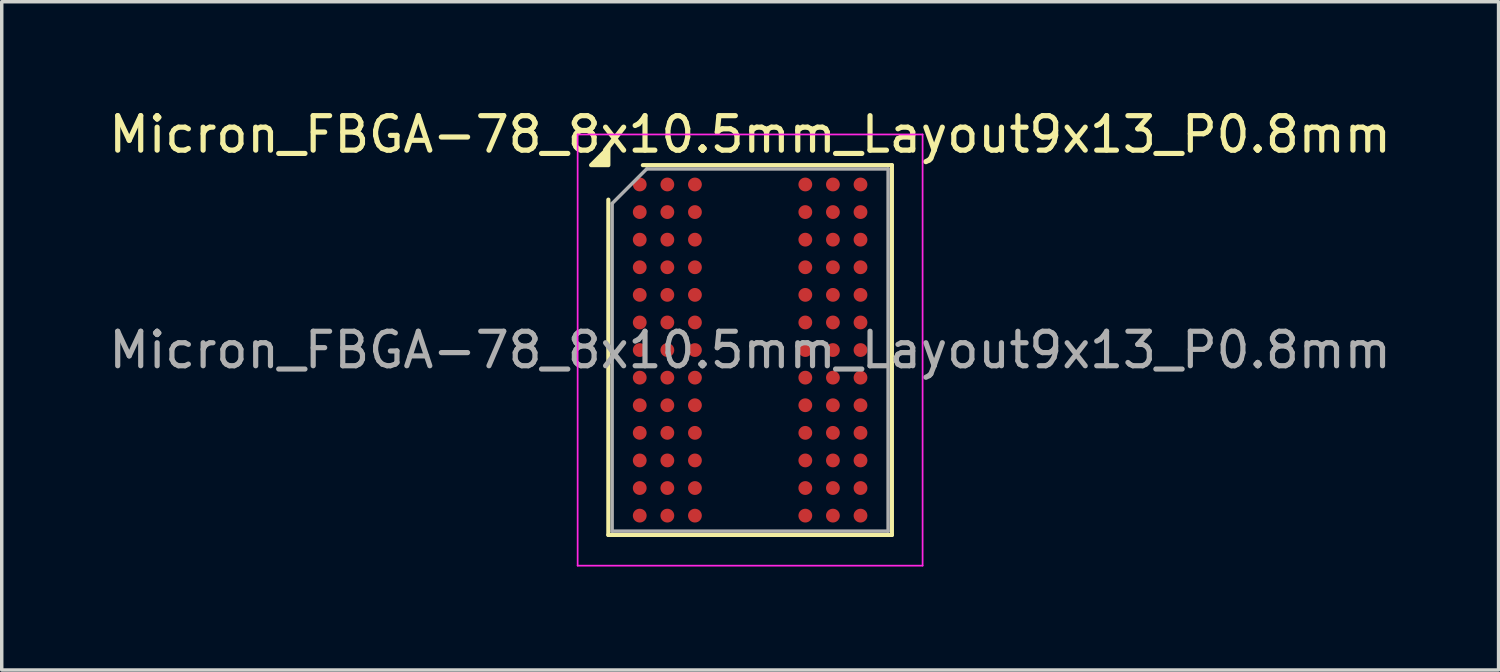
<source format=kicad_pcb>
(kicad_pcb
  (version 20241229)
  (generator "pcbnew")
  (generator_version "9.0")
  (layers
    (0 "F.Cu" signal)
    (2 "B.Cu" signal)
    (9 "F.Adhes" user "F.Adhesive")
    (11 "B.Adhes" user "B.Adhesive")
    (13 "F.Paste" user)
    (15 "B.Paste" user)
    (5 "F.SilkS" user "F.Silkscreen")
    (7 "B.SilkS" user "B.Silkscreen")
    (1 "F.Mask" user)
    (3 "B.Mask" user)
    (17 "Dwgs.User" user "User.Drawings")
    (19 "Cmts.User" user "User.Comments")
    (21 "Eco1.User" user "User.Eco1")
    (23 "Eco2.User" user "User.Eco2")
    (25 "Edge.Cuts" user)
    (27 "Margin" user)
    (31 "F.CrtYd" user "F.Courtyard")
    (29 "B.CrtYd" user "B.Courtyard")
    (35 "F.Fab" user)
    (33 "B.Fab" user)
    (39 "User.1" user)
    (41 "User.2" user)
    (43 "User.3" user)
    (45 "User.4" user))
  (footprint "Micron_FBGA-78_8x10.5mm_Layout9x13_P0.8mm"
    (layer "F.Cu")
    (at 18.696 7.098)
    (property "Reference" "Micron_FBGA-78_8x10.5mm_Layout9x13_P0.8mm" (at 0 -6.25 0) (layer "F.SilkS") (effects (font (size 1 1) (thickness 0.15))))
    (attr smd)
    (fp_line (start -4.11 5.36) (end -4.11 -4.36) (stroke (width 0.12) (type solid)) (layer "F.SilkS"))
    (fp_line (start -3.11 -5.36) (end 4.11 -5.36) (stroke (width 0.12) (type solid)) (layer "F.SilkS"))
    (fp_line (start 4.11 -5.36) (end 4.11 5.36) (stroke (width 0.12) (type solid)) (layer "F.SilkS"))
    (fp_line (start 4.11 5.36) (end -4.11 5.36) (stroke (width 0.12) (type solid)) (layer "F.SilkS"))
    (fp_poly (pts (xy -4.11 -5.36) (xy -4.61 -5.36) (xy -4.11 -5.86)) (stroke (width 0.12) (type solid)) (fill yes) (layer "F.SilkS"))
    (fp_line (start -5 -6.25) (end -5 6.25) (stroke (width 0.05) (type solid)) (layer "F.CrtYd"))
    (fp_line (start -5 6.25) (end 5 6.25) (stroke (width 0.05) (type solid)) (layer "F.CrtYd"))
    (fp_line (start 5 -6.25) (end -5 -6.25) (stroke (width 0.05) (type solid)) (layer "F.CrtYd"))
    (fp_line (start 5 6.25) (end 5 -6.25) (stroke (width 0.05) (type solid)) (layer "F.CrtYd"))
    (fp_line (start -4 -4.25) (end -3 -5.25) (stroke (width 0.1) (type solid)) (layer "F.Fab"))
    (fp_line (start -4 5.25) (end -4 -4.25) (stroke (width 0.1) (type solid)) (layer "F.Fab"))
    (fp_line (start -3 -5.25) (end 4 -5.25) (stroke (width 0.1) (type solid)) (layer "F.Fab"))
    (fp_line (start 4 -5.25) (end 4 5.25) (stroke (width 0.1) (type solid)) (layer "F.Fab"))
    (fp_line (start 4 5.25) (end -4 5.25) (stroke (width 0.1) (type solid)) (layer "F.Fab"))
    (fp_text user "${REFERENCE}" (at 0 0 0) (layer "F.Fab") (effects (font (size 1 1) (thickness 0.15))))
    (pad "A1" smd circle (at -3.2 -4.8) (size 0.4 0.4) (property pad_prop_bga) (layers "F.Cu" "F.Mask" "F.Paste"))
    (pad "A2" smd circle (at -2.4 -4.8) (size 0.4 0.4) (property pad_prop_bga) (layers "F.Cu" "F.Mask" "F.Paste"))
    (pad "A3" smd circle (at -1.6 -4.8) (size 0.4 0.4) (property pad_prop_bga) (layers "F.Cu" "F.Mask" "F.Paste"))
    (pad "A7" smd circle (at 1.6 -4.8) (size 0.4 0.4) (property pad_prop_bga) (layers "F.Cu" "F.Mask" "F.Paste"))
    (pad "A8" smd circle (at 2.4 -4.8) (size 0.4 0.4) (property pad_prop_bga) (layers "F.Cu" "F.Mask" "F.Paste"))
    (pad "A9" smd circle (at 3.2 -4.8) (size 0.4 0.4) (property pad_prop_bga) (layers "F.Cu" "F.Mask" "F.Paste"))
    (pad "B1" smd circle (at -3.2 -4) (size 0.4 0.4) (property pad_prop_bga) (layers "F.Cu" "F.Mask" "F.Paste"))
    (pad "B2" smd circle (at -2.4 -4) (size 0.4 0.4) (property pad_prop_bga) (layers "F.Cu" "F.Mask" "F.Paste"))
    (pad "B3" smd circle (at -1.6 -4) (size 0.4 0.4) (property pad_prop_bga) (layers "F.Cu" "F.Mask" "F.Paste"))
    (pad "B7" smd circle (at 1.6 -4) (size 0.4 0.4) (property pad_prop_bga) (layers "F.Cu" "F.Mask" "F.Paste"))
    (pad "B8" smd circle (at 2.4 -4) (size 0.4 0.4) (property pad_prop_bga) (layers "F.Cu" "F.Mask" "F.Paste"))
    (pad "B9" smd circle (at 3.2 -4) (size 0.4 0.4) (property pad_prop_bga) (layers "F.Cu" "F.Mask" "F.Paste"))
    (pad "C1" smd circle (at -3.2 -3.2) (size 0.4 0.4) (property pad_prop_bga) (layers "F.Cu" "F.Mask" "F.Paste"))
    (pad "C2" smd circle (at -2.4 -3.2) (size 0.4 0.4) (property pad_prop_bga) (layers "F.Cu" "F.Mask" "F.Paste"))
    (pad "C3" smd circle (at -1.6 -3.2) (size 0.4 0.4) (property pad_prop_bga) (layers "F.Cu" "F.Mask" "F.Paste"))
    (pad "C7" smd circle (at 1.6 -3.2) (size 0.4 0.4) (property pad_prop_bga) (layers "F.Cu" "F.Mask" "F.Paste"))
    (pad "C8" smd circle (at 2.4 -3.2) (size 0.4 0.4) (property pad_prop_bga) (layers "F.Cu" "F.Mask" "F.Paste"))
    (pad "C9" smd circle (at 3.2 -3.2) (size 0.4 0.4) (property pad_prop_bga) (layers "F.Cu" "F.Mask" "F.Paste"))
    (pad "D1" smd circle (at -3.2 -2.4) (size 0.4 0.4) (property pad_prop_bga) (layers "F.Cu" "F.Mask" "F.Paste"))
    (pad "D2" smd circle (at -2.4 -2.4) (size 0.4 0.4) (property pad_prop_bga) (layers "F.Cu" "F.Mask" "F.Paste"))
    (pad "D3" smd circle (at -1.6 -2.4) (size 0.4 0.4) (property pad_prop_bga) (layers "F.Cu" "F.Mask" "F.Paste"))
    (pad "D7" smd circle (at 1.6 -2.4) (size 0.4 0.4) (property pad_prop_bga) (layers "F.Cu" "F.Mask" "F.Paste"))
    (pad "D8" smd circle (at 2.4 -2.4) (size 0.4 0.4) (property pad_prop_bga) (layers "F.Cu" "F.Mask" "F.Paste"))
    (pad "D9" smd circle (at 3.2 -2.4) (size 0.4 0.4) (property pad_prop_bga) (layers "F.Cu" "F.Mask" "F.Paste"))
    (pad "E1" smd circle (at -3.2 -1.6) (size 0.4 0.4) (property pad_prop_bga) (layers "F.Cu" "F.Mask" "F.Paste"))
    (pad "E2" smd circle (at -2.4 -1.6) (size 0.4 0.4) (property pad_prop_bga) (layers "F.Cu" "F.Mask" "F.Paste"))
    (pad "E3" smd circle (at -1.6 -1.6) (size 0.4 0.4) (property pad_prop_bga) (layers "F.Cu" "F.Mask" "F.Paste"))
    (pad "E7" smd circle (at 1.6 -1.6) (size 0.4 0.4) (property pad_prop_bga) (layers "F.Cu" "F.Mask" "F.Paste"))
    (pad "E8" smd circle (at 2.4 -1.6) (size 0.4 0.4) (property pad_prop_bga) (layers "F.Cu" "F.Mask" "F.Paste"))
    (pad "E9" smd circle (at 3.2 -1.6) (size 0.4 0.4) (property pad_prop_bga) (layers "F.Cu" "F.Mask" "F.Paste"))
    (pad "F1" smd circle (at -3.2 -0.8) (size 0.4 0.4) (property pad_prop_bga) (layers "F.Cu" "F.Mask" "F.Paste"))
    (pad "F2" smd circle (at -2.4 -0.8) (size 0.4 0.4) (property pad_prop_bga) (layers "F.Cu" "F.Mask" "F.Paste"))
    (pad "F3" smd circle (at -1.6 -0.8) (size 0.4 0.4) (property pad_prop_bga) (layers "F.Cu" "F.Mask" "F.Paste"))
    (pad "F7" smd circle (at 1.6 -0.8) (size 0.4 0.4) (property pad_prop_bga) (layers "F.Cu" "F.Mask" "F.Paste"))
    (pad "F8" smd circle (at 2.4 -0.8) (size 0.4 0.4) (property pad_prop_bga) (layers "F.Cu" "F.Mask" "F.Paste"))
    (pad "F9" smd circle (at 3.2 -0.8) (size 0.4 0.4) (property pad_prop_bga) (layers "F.Cu" "F.Mask" "F.Paste"))
    (pad "G1" smd circle (at -3.2 0) (size 0.4 0.4) (property pad_prop_bga) (layers "F.Cu" "F.Mask" "F.Paste"))
    (pad "G2" smd circle (at -2.4 0) (size 0.4 0.4) (property pad_prop_bga) (layers "F.Cu" "F.Mask" "F.Paste"))
    (pad "G3" smd circle (at -1.6 0) (size 0.4 0.4) (property pad_prop_bga) (layers "F.Cu" "F.Mask" "F.Paste"))
    (pad "G7" smd circle (at 1.6 0) (size 0.4 0.4) (property pad_prop_bga) (layers "F.Cu" "F.Mask" "F.Paste"))
    (pad "G8" smd circle (at 2.4 0) (size 0.4 0.4) (property pad_prop_bga) (layers "F.Cu" "F.Mask" "F.Paste"))
    (pad "G9" smd circle (at 3.2 0) (size 0.4 0.4) (property pad_prop_bga) (layers "F.Cu" "F.Mask" "F.Paste"))
    (pad "H1" smd circle (at -3.2 0.8) (size 0.4 0.4) (property pad_prop_bga) (layers "F.Cu" "F.Mask" "F.Paste"))
    (pad "H2" smd circle (at -2.4 0.8) (size 0.4 0.4) (property pad_prop_bga) (layers "F.Cu" "F.Mask" "F.Paste"))
    (pad "H3" smd circle (at -1.6 0.8) (size 0.4 0.4) (property pad_prop_bga) (layers "F.Cu" "F.Mask" "F.Paste"))
    (pad "H7" smd circle (at 1.6 0.8) (size 0.4 0.4) (property pad_prop_bga) (layers "F.Cu" "F.Mask" "F.Paste"))
    (pad "H8" smd circle (at 2.4 0.8) (size 0.4 0.4) (property pad_prop_bga) (layers "F.Cu" "F.Mask" "F.Paste"))
    (pad "H9" smd circle (at 3.2 0.8) (size 0.4 0.4) (property pad_prop_bga) (layers "F.Cu" "F.Mask" "F.Paste"))
    (pad "J1" smd circle (at -3.2 1.6) (size 0.4 0.4) (property pad_prop_bga) (layers "F.Cu" "F.Mask" "F.Paste"))
    (pad "J2" smd circle (at -2.4 1.6) (size 0.4 0.4) (property pad_prop_bga) (layers "F.Cu" "F.Mask" "F.Paste"))
    (pad "J3" smd circle (at -1.6 1.6) (size 0.4 0.4) (property pad_prop_bga) (layers "F.Cu" "F.Mask" "F.Paste"))
    (pad "J7" smd circle (at 1.6 1.6) (size 0.4 0.4) (property pad_prop_bga) (layers "F.Cu" "F.Mask" "F.Paste"))
    (pad "J8" smd circle (at 2.4 1.6) (size 0.4 0.4) (property pad_prop_bga) (layers "F.Cu" "F.Mask" "F.Paste"))
    (pad "J9" smd circle (at 3.2 1.6) (size 0.4 0.4) (property pad_prop_bga) (layers "F.Cu" "F.Mask" "F.Paste"))
    (pad "K1" smd circle (at -3.2 2.4) (size 0.4 0.4) (property pad_prop_bga) (layers "F.Cu" "F.Mask" "F.Paste"))
    (pad "K2" smd circle (at -2.4 2.4) (size 0.4 0.4) (property pad_prop_bga) (layers "F.Cu" "F.Mask" "F.Paste"))
    (pad "K3" smd circle (at -1.6 2.4) (size 0.4 0.4) (property pad_prop_bga) (layers "F.Cu" "F.Mask" "F.Paste"))
    (pad "K7" smd circle (at 1.6 2.4) (size 0.4 0.4) (property pad_prop_bga) (layers "F.Cu" "F.Mask" "F.Paste"))
    (pad "K8" smd circle (at 2.4 2.4) (size 0.4 0.4) (property pad_prop_bga) (layers "F.Cu" "F.Mask" "F.Paste"))
    (pad "K9" smd circle (at 3.2 2.4) (size 0.4 0.4) (property pad_prop_bga) (layers "F.Cu" "F.Mask" "F.Paste"))
    (pad "L1" smd circle (at -3.2 3.2) (size 0.4 0.4) (property pad_prop_bga) (layers "F.Cu" "F.Mask" "F.Paste"))
    (pad "L2" smd circle (at -2.4 3.2) (size 0.4 0.4) (property pad_prop_bga) (layers "F.Cu" "F.Mask" "F.Paste"))
    (pad "L3" smd circle (at -1.6 3.2) (size 0.4 0.4) (property pad_prop_bga) (layers "F.Cu" "F.Mask" "F.Paste"))
    (pad "L7" smd circle (at 1.6 3.2) (size 0.4 0.4) (property pad_prop_bga) (layers "F.Cu" "F.Mask" "F.Paste"))
    (pad "L8" smd circle (at 2.4 3.2) (size 0.4 0.4) (property pad_prop_bga) (layers "F.Cu" "F.Mask" "F.Paste"))
    (pad "L9" smd circle (at 3.2 3.2) (size 0.4 0.4) (property pad_prop_bga) (layers "F.Cu" "F.Mask" "F.Paste"))
    (pad "M1" smd circle (at -3.2 4) (size 0.4 0.4) (property pad_prop_bga) (layers "F.Cu" "F.Mask" "F.Paste"))
    (pad "M2" smd circle (at -2.4 4) (size 0.4 0.4) (property pad_prop_bga) (layers "F.Cu" "F.Mask" "F.Paste"))
    (pad "M3" smd circle (at -1.6 4) (size 0.4 0.4) (property pad_prop_bga) (layers "F.Cu" "F.Mask" "F.Paste"))
    (pad "M7" smd circle (at 1.6 4) (size 0.4 0.4) (property pad_prop_bga) (layers "F.Cu" "F.Mask" "F.Paste"))
    (pad "M8" smd circle (at 2.4 4) (size 0.4 0.4) (property pad_prop_bga) (layers "F.Cu" "F.Mask" "F.Paste"))
    (pad "M9" smd circle (at 3.2 4) (size 0.4 0.4) (property pad_prop_bga) (layers "F.Cu" "F.Mask" "F.Paste"))
    (pad "N1" smd circle (at -3.2 4.8) (size 0.4 0.4) (property pad_prop_bga) (layers "F.Cu" "F.Mask" "F.Paste"))
    (pad "N2" smd circle (at -2.4 4.8) (size 0.4 0.4) (property pad_prop_bga) (layers "F.Cu" "F.Mask" "F.Paste"))
    (pad "N3" smd circle (at -1.6 4.8) (size 0.4 0.4) (property pad_prop_bga) (layers "F.Cu" "F.Mask" "F.Paste"))
    (pad "N7" smd circle (at 1.6 4.8) (size 0.4 0.4) (property pad_prop_bga) (layers "F.Cu" "F.Mask" "F.Paste"))
    (pad "N8" smd circle (at 2.4 4.8) (size 0.4 0.4) (property pad_prop_bga) (layers "F.Cu" "F.Mask" "F.Paste"))
    (pad "N9" smd circle (at 3.2 4.8) (size 0.4 0.4) (property pad_prop_bga) (layers "F.Cu" "F.Mask" "F.Paste")))
  (gr_rect
    (start -3 -3)
    (end 40.393 16.373)
    (stroke (width 0.1) (type default))
    (fill no)
    (layer "Edge.Cuts")))
</source>
